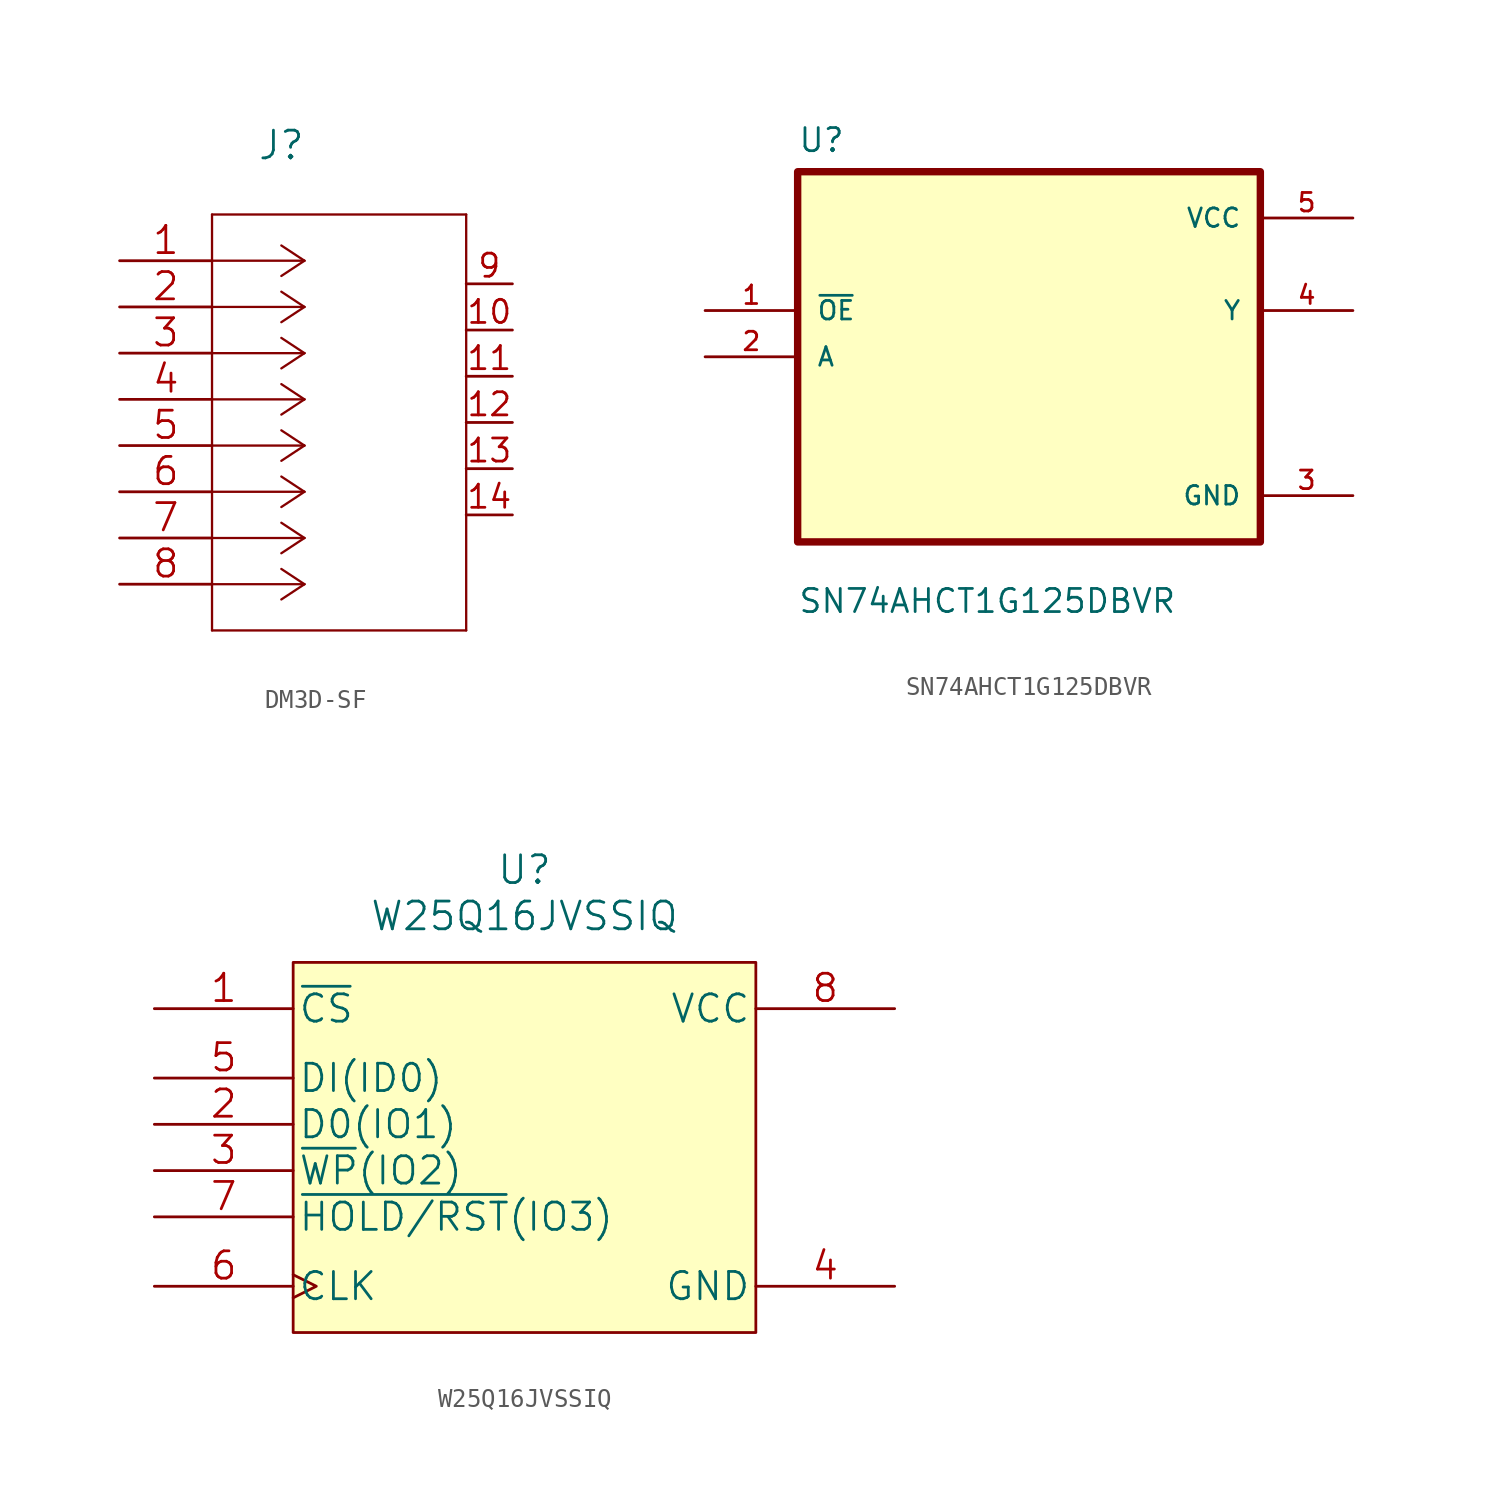
<source format=kicad_sym>
(kicad_symbol_lib
  (version 20211014)
  (generator kicad_symbol_editor)
  (symbol "DM3D-SF"
    (pin_names
      (offset 0.254) hide)
    (property "Reference" "J"
      (at 8.89 6.35 0)
      (effects (font (size 1.524 1.524))))
    (property "Datasheet" ""
      (at 0 0 0)
      (effects (font (size 1.524 1.524))))
    (symbol "DM3D-SF_1_1"
      (polyline (pts (xy 5.08 -20.32) (xy 19.05 -20.32)) (stroke (width 0.127) (type default) (color 0 0 0 0)) (fill (type none)))
      (polyline (pts (xy 5.08 2.54) (xy 5.08 -20.32)) (stroke (width 0.127) (type default) (color 0 0 0 0)) (fill (type none)))
      (polyline (pts (xy 10.16 -17.78) (xy 5.08 -17.78)) (stroke (width 0.127) (type default) (color 0 0 0 0)) (fill (type none)))
      (polyline (pts (xy 10.16 -17.78) (xy 8.89 -18.618)) (stroke (width 0.127) (type default) (color 0 0 0 0)) (fill (type none)))
      (polyline (pts (xy 10.16 -17.78) (xy 8.89 -16.942)) (stroke (width 0.127) (type default) (color 0 0 0 0)) (fill (type none)))
      (polyline (pts (xy 10.16 -15.24) (xy 5.08 -15.24)) (stroke (width 0.127) (type default) (color 0 0 0 0)) (fill (type none)))
      (polyline (pts (xy 10.16 -15.24) (xy 8.89 -16.078)) (stroke (width 0.127) (type default) (color 0 0 0 0)) (fill (type none)))
      (polyline (pts (xy 10.16 -15.24) (xy 8.89 -14.402)) (stroke (width 0.127) (type default) (color 0 0 0 0)) (fill (type none)))
      (polyline (pts (xy 10.16 -12.7) (xy 5.08 -12.7)) (stroke (width 0.127) (type default) (color 0 0 0 0)) (fill (type none)))
      (polyline (pts (xy 10.16 -12.7) (xy 8.89 -13.538)) (stroke (width 0.127) (type default) (color 0 0 0 0)) (fill (type none)))
      (polyline (pts (xy 10.16 -12.7) (xy 8.89 -11.862)) (stroke (width 0.127) (type default) (color 0 0 0 0)) (fill (type none)))
      (polyline (pts (xy 10.16 -10.16) (xy 5.08 -10.16)) (stroke (width 0.127) (type default) (color 0 0 0 0)) (fill (type none)))
      (polyline (pts (xy 10.16 -10.16) (xy 8.89 -10.998)) (stroke (width 0.127) (type default) (color 0 0 0 0)) (fill (type none)))
      (polyline (pts (xy 10.16 -10.16) (xy 8.89 -9.322)) (stroke (width 0.127) (type default) (color 0 0 0 0)) (fill (type none)))
      (polyline (pts (xy 10.16 -7.62) (xy 5.08 -7.62)) (stroke (width 0.127) (type default) (color 0 0 0 0)) (fill (type none)))
      (polyline (pts (xy 10.16 -7.62) (xy 8.89 -8.458)) (stroke (width 0.127) (type default) (color 0 0 0 0)) (fill (type none)))
      (polyline (pts (xy 10.16 -7.62) (xy 8.89 -6.782)) (stroke (width 0.127) (type default) (color 0 0 0 0)) (fill (type none)))
      (polyline (pts (xy 10.16 -5.08) (xy 5.08 -5.08)) (stroke (width 0.127) (type default) (color 0 0 0 0)) (fill (type none)))
      (polyline (pts (xy 10.16 -5.08) (xy 8.89 -5.918)) (stroke (width 0.127) (type default) (color 0 0 0 0)) (fill (type none)))
      (polyline (pts (xy 10.16 -5.08) (xy 8.89 -4.242)) (stroke (width 0.127) (type default) (color 0 0 0 0)) (fill (type none)))
      (polyline (pts (xy 10.16 -2.54) (xy 5.08 -2.54)) (stroke (width 0.127) (type default) (color 0 0 0 0)) (fill (type none)))
      (polyline (pts (xy 10.16 -2.54) (xy 8.89 -3.378)) (stroke (width 0.127) (type default) (color 0 0 0 0)) (fill (type none)))
      (polyline (pts (xy 10.16 -2.54) (xy 8.89 -1.702)) (stroke (width 0.127) (type default) (color 0 0 0 0)) (fill (type none)))
      (polyline (pts (xy 10.16 0) (xy 5.08 0)) (stroke (width 0.127) (type default) (color 0 0 0 0)) (fill (type none)))
      (polyline (pts (xy 10.16 0) (xy 8.89 -0.838)) (stroke (width 0.127) (type default) (color 0 0 0 0)) (fill (type none)))
      (polyline (pts (xy 10.16 0) (xy 8.89 0.838)) (stroke (width 0.127) (type default) (color 0 0 0 0)) (fill (type none)))
      (polyline (pts (xy 19.05 -20.32) (xy 19.05 2.54)) (stroke (width 0.127) (type default) (color 0 0 0 0)) (fill (type none)))
      (polyline (pts (xy 19.05 2.54) (xy 5.08 2.54)) (stroke (width 0.127) (type default) (color 0 0 0 0)) (fill (type none)))
      (pin unspecified line (at 0 0 0) (length 5.08) (name "1" (effects (font (size 1.499 1.499)))) (number "1" (effects (font (size 1.499 1.499)))))
      (pin passive line (at 21.59 -3.81 180) (length 2.54) (name "GND" (effects (font (size 1.27 1.27)))) (number "10" (effects (font (size 1.27 1.27)))))
      (pin passive line (at 21.59 -6.35 180) (length 2.54) (name "GND" (effects (font (size 1.27 1.27)))) (number "11" (effects (font (size 1.27 1.27)))))
      (pin passive line (at 21.59 -8.89 180) (length 2.54) (name "GND" (effects (font (size 1.27 1.27)))) (number "12" (effects (font (size 1.27 1.27)))))
      (pin passive line (at 21.59 -11.43 180) (length 2.54) (name "GND" (effects (font (size 1.27 1.27)))) (number "13" (effects (font (size 1.27 1.27)))))
      (pin passive line (at 21.59 -13.97 180) (length 2.54) (name "GND" (effects (font (size 1.27 1.27)))) (number "14" (effects (font (size 1.27 1.27)))))
      (pin unspecified line (at 0 -2.54 0) (length 5.08) (name "2" (effects (font (size 1.499 1.499)))) (number "2" (effects (font (size 1.499 1.499)))))
      (pin unspecified line (at 0 -5.08 0) (length 5.08) (name "3" (effects (font (size 1.499 1.499)))) (number "3" (effects (font (size 1.499 1.499)))))
      (pin unspecified line (at 0 -7.62 0) (length 5.08) (name "4" (effects (font (size 1.499 1.499)))) (number "4" (effects (font (size 1.499 1.499)))))
      (pin unspecified line (at 0 -10.16 0) (length 5.08) (name "5" (effects (font (size 1.499 1.499)))) (number "5" (effects (font (size 1.499 1.499)))))
      (pin unspecified line (at 0 -12.7 0) (length 5.08) (name "6" (effects (font (size 1.499 1.499)))) (number "6" (effects (font (size 1.499 1.499)))))
      (pin unspecified line (at 0 -15.24 0) (length 5.08) (name "7" (effects (font (size 1.499 1.499)))) (number "7" (effects (font (size 1.499 1.499)))))
      (pin unspecified line (at 0 -17.78 0) (length 5.08) (name "8" (effects (font (size 1.499 1.499)))) (number "8" (effects (font (size 1.499 1.499)))))
      (pin passive line (at 21.59 -1.27 180) (length 2.54) (name "GND" (effects (font (size 1.27 1.27)))) (number "9" (effects (font (size 1.27 1.27)))))))
  (symbol "SN74AHCT1G125DBVR"
    (pin_names
      (offset 1.016))
    (property "Reference" "U"
      (at -12.7 11.151 0)
      (effects (font (size 1.27 1.27)) (justify left bottom)))
    (property "Value" "SN74AHCT1G125DBVR"
      (at -12.7 -14.148 0)
      (effects (font (size 1.27 1.27)) (justify left bottom)))
    (symbol "SN74AHCT1G125DBVR_0_0"
      (rectangle (start -12.7 -10.16) (end 12.7 10.16) (stroke (width 0.406) (type default) (color 0 0 0 0)) (fill (type background)))
      (pin input line (at -17.78 2.54 0) (length 5.08) (name "~{OE}" (effects (font (size 1.016 1.016)))) (number "1" (effects (font (size 1.016 1.016)))))
      (pin input line (at -17.78 0 0) (length 5.08) (name "A" (effects (font (size 1.016 1.016)))) (number "2" (effects (font (size 1.016 1.016)))))
      (pin power_in line (at 17.78 -7.62 180) (length 5.08) (name "GND" (effects (font (size 1.016 1.016)))) (number "3" (effects (font (size 1.016 1.016)))))
      (pin output line (at 17.78 2.54 180) (length 5.08) (name "Y" (effects (font (size 1.016 1.016)))) (number "4" (effects (font (size 1.016 1.016)))))
      (pin power_in line (at 17.78 7.62 180) (length 5.08) (name "VCC" (effects (font (size 1.016 1.016)))) (number "5" (effects (font (size 1.016 1.016)))))))
  (symbol "W25Q16JVSSIQ"
    (pin_names
      (offset 0.254))
    (property "Reference" "U"
      (at 20.32 10.16 0)
      (effects (font (size 1.524 1.524))))
    (property "Value" "W25Q16JVSSIQ"
      (at 20.32 7.62 0)
      (effects (font (size 1.524 1.524))))
    (symbol "W25Q16JVSSIQ_1_1"
      (rectangle (start 7.62 5.08) (end 33.02 -15.24) (stroke (width 0) (type default) (color 0 0 0 0)) (fill (type background)))
      (pin input line (at 0 2.54 0) (length 7.62) (name "~{CS}" (effects (font (size 1.499 1.499)))) (number "1" (effects (font (size 1.499 1.499)))))
      (pin bidirectional line (at 0 -3.81 0) (length 7.62) (name "D0(IO1)" (effects (font (size 1.499 1.499)))) (number "2" (effects (font (size 1.499 1.499)))))
      (pin bidirectional line (at 0 -6.35 0) (length 7.62) (name "~{WP}(IO2)" (effects (font (size 1.499 1.499)))) (number "3" (effects (font (size 1.499 1.499)))))
      (pin power_in line (at 40.64 -12.7 180) (length 7.62) (name "GND" (effects (font (size 1.499 1.499)))) (number "4" (effects (font (size 1.499 1.499)))))
      (pin bidirectional line (at 0 -1.27 0) (length 7.62) (name "DI(ID0)" (effects (font (size 1.499 1.499)))) (number "5" (effects (font (size 1.499 1.499)))))
      (pin input clock (at 0 -12.7 0) (length 7.62) (name "CLK" (effects (font (size 1.499 1.499)))) (number "6" (effects (font (size 1.499 1.499)))))
      (pin bidirectional line (at 0 -8.89 0) (length 7.62) (name "~{HOLD/RST}(IO3)" (effects (font (size 1.499 1.499)))) (number "7" (effects (font (size 1.499 1.499)))))
      (pin power_in line (at 40.64 2.54 180) (length 7.62) (name "VCC" (effects (font (size 1.499 1.499)))) (number "8" (effects (font (size 1.499 1.499))))))))
</source>
